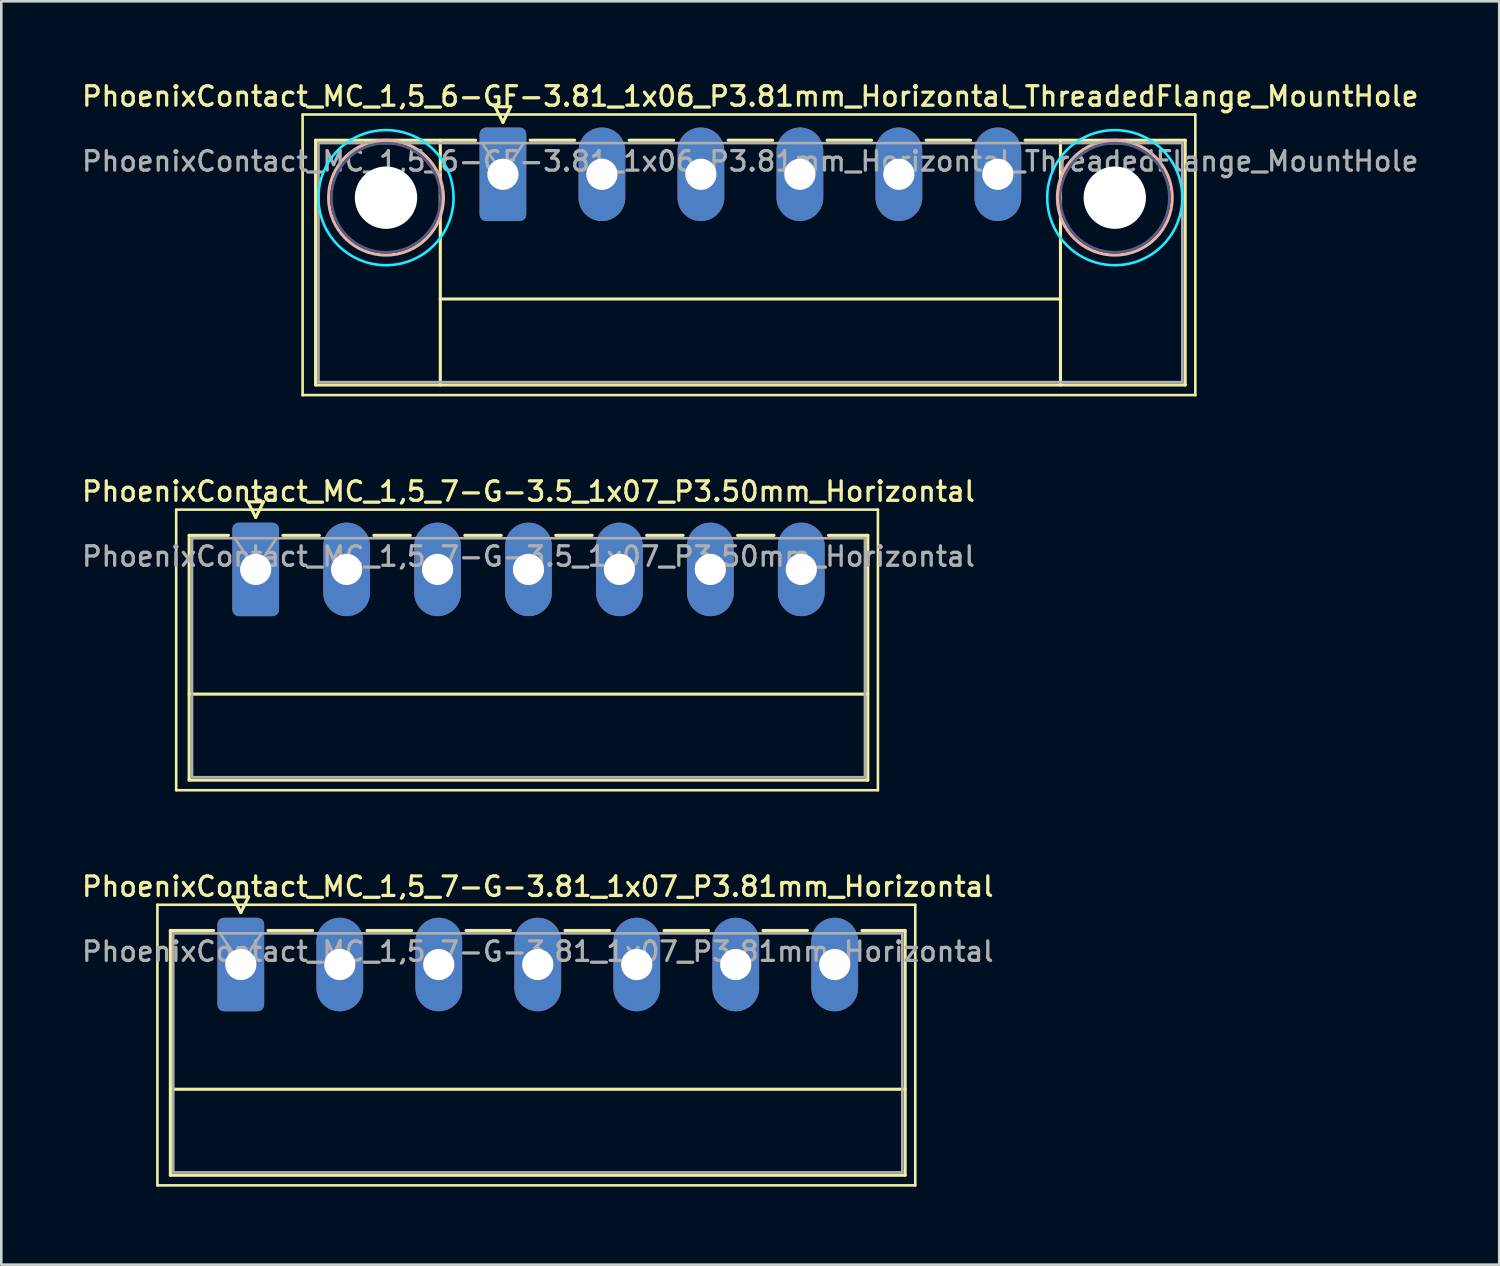
<source format=kicad_pcb>
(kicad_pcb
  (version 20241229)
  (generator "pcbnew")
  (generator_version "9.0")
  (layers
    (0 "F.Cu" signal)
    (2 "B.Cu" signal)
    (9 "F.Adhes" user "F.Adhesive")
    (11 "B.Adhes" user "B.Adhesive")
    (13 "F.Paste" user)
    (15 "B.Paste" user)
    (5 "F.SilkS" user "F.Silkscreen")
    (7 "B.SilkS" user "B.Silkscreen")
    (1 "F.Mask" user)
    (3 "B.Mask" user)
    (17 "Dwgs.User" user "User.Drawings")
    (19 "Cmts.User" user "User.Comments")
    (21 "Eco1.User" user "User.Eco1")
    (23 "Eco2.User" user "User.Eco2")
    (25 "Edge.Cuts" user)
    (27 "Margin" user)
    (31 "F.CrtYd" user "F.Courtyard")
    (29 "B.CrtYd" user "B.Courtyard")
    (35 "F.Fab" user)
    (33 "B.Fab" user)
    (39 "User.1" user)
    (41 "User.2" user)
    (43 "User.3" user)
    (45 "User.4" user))
  (footprint "PhoenixContact_MC_1,5_7-G-3.5_1x07_P3.50mm_Horizontal"
    (layer "F.Cu")
    (at 6.791 18.866)
    (property "Reference" "PhoenixContact_MC_1,5_7-G-3.5_1x07_P3.50mm_Horizontal" (at 10.5 -3 0) (layer "F.SilkS") (effects (font (size 0.75 0.75) (thickness 0.125))))
    (attr through_hole)
    (fp_line (start -3.06 -2.3) (end -3.06 8.5) (stroke (width 0.1) (type solid)) (layer "F.SilkS"))
    (fp_line (start -3.06 8.5) (end 23.95 8.5) (stroke (width 0.1) (type solid)) (layer "F.SilkS"))
    (fp_line (start -2.56 -1.31) (end -2.56 8.11) (stroke (width 0.12) (type solid)) (layer "F.SilkS"))
    (fp_line (start -2.56 -1.31) (end -1.05 -1.31) (stroke (width 0.12) (type solid)) (layer "F.SilkS"))
    (fp_line (start -2.56 4.8) (end 23.56 4.8) (stroke (width 0.12) (type solid)) (layer "F.SilkS"))
    (fp_line (start -2.56 8.11) (end 23.56 8.11) (stroke (width 0.12) (type solid)) (layer "F.SilkS"))
    (fp_line (start -0.3 -2.6) (end 0.3 -2.6) (stroke (width 0.12) (type solid)) (layer "F.SilkS"))
    (fp_line (start 0 -2) (end -0.3 -2.6) (stroke (width 0.12) (type solid)) (layer "F.SilkS"))
    (fp_line (start 0.3 -2.6) (end 0 -2) (stroke (width 0.12) (type solid)) (layer "F.SilkS"))
    (fp_line (start 1.05 -1.31) (end 2.45 -1.31) (stroke (width 0.12) (type solid)) (layer "F.SilkS"))
    (fp_line (start 4.55 -1.31) (end 5.95 -1.31) (stroke (width 0.12) (type solid)) (layer "F.SilkS"))
    (fp_line (start 8.05 -1.31) (end 9.45 -1.31) (stroke (width 0.12) (type solid)) (layer "F.SilkS"))
    (fp_line (start 11.55 -1.31) (end 12.95 -1.31) (stroke (width 0.12) (type solid)) (layer "F.SilkS"))
    (fp_line (start 15.05 -1.31) (end 16.45 -1.31) (stroke (width 0.12) (type solid)) (layer "F.SilkS"))
    (fp_line (start 18.55 -1.31) (end 19.95 -1.31) (stroke (width 0.12) (type solid)) (layer "F.SilkS"))
    (fp_line (start 23.56 -1.31) (end 22.05 -1.31) (stroke (width 0.12) (type solid)) (layer "F.SilkS"))
    (fp_line (start 23.56 8.11) (end 23.56 -1.31) (stroke (width 0.12) (type solid)) (layer "F.SilkS"))
    (fp_line (start 23.95 -2.3) (end -3.06 -2.3) (stroke (width 0.1) (type solid)) (layer "F.SilkS"))
    (fp_line (start 23.95 8.5) (end 23.95 -2.3) (stroke (width 0.1) (type solid)) (layer "F.SilkS"))
    (fp_line (start -2.45 -1.2) (end -2.45 8) (stroke (width 0.1) (type solid)) (layer "F.Fab"))
    (fp_line (start -2.45 8) (end 23.45 8) (stroke (width 0.1) (type solid)) (layer "F.Fab"))
    (fp_line (start 0 0) (end -0.8 -1.2) (stroke (width 0.1) (type solid)) (layer "F.Fab"))
    (fp_line (start 0.8 -1.2) (end 0 0) (stroke (width 0.1) (type solid)) (layer "F.Fab"))
    (fp_line (start 23.45 -1.2) (end -2.45 -1.2) (stroke (width 0.1) (type solid)) (layer "F.Fab"))
    (fp_line (start 23.45 8) (end 23.45 -1.2) (stroke (width 0.1) (type solid)) (layer "F.Fab"))
    (fp_text user "${REFERENCE}" (at 10.5 -0.5 0) (layer "F.Fab") (effects (font (size 0.75 0.75) (thickness 0.125))))
    (pad "1" thru_hole roundrect (at 0 0) (size 1.8 3.6) (drill 1.2) (layers "*.Cu" "*.Mask") (roundrect_rratio 0.139))
    (pad "2" thru_hole oval (at 3.5 0) (size 1.8 3.6) (drill 1.2) (layers "*.Cu" "*.Mask"))
    (pad "3" thru_hole oval (at 7 0) (size 1.8 3.6) (drill 1.2) (layers "*.Cu" "*.Mask"))
    (pad "4" thru_hole oval (at 10.5 0) (size 1.8 3.6) (drill 1.2) (layers "*.Cu" "*.Mask"))
    (pad "5" thru_hole oval (at 14 0) (size 1.8 3.6) (drill 1.2) (layers "*.Cu" "*.Mask"))
    (pad "6" thru_hole oval (at 17.5 0) (size 1.8 3.6) (drill 1.2) (layers "*.Cu" "*.Mask"))
    (pad "7" thru_hole oval (at 21 0) (size 1.8 3.6) (drill 1.2) (layers "*.Cu" "*.Mask")))
  (footprint "PhoenixContact_MC_1,5_7-G-3.81_1x07_P3.81mm_Horizontal"
    (layer "F.Cu")
    (at 6.218 34.074)
    (property "Reference" "PhoenixContact_MC_1,5_7-G-3.81_1x07_P3.81mm_Horizontal" (at 11.43 -3 0) (layer "F.SilkS") (effects (font (size 0.75 0.75) (thickness 0.125))))
    (attr through_hole)
    (fp_line (start -3.21 -2.3) (end -3.21 8.5) (stroke (width 0.1) (type solid)) (layer "F.SilkS"))
    (fp_line (start -3.21 8.5) (end 25.96 8.5) (stroke (width 0.1) (type solid)) (layer "F.SilkS"))
    (fp_line (start -2.71 -1.31) (end -2.71 8.11) (stroke (width 0.12) (type solid)) (layer "F.SilkS"))
    (fp_line (start -2.71 -1.31) (end -1.05 -1.31) (stroke (width 0.12) (type solid)) (layer "F.SilkS"))
    (fp_line (start -2.71 4.8) (end 25.57 4.8) (stroke (width 0.12) (type solid)) (layer "F.SilkS"))
    (fp_line (start -2.71 8.11) (end 25.57 8.11) (stroke (width 0.12) (type solid)) (layer "F.SilkS"))
    (fp_line (start -0.3 -2.6) (end 0.3 -2.6) (stroke (width 0.12) (type solid)) (layer "F.SilkS"))
    (fp_line (start 0 -2) (end -0.3 -2.6) (stroke (width 0.12) (type solid)) (layer "F.SilkS"))
    (fp_line (start 0.3 -2.6) (end 0 -2) (stroke (width 0.12) (type solid)) (layer "F.SilkS"))
    (fp_line (start 1.05 -1.31) (end 2.76 -1.31) (stroke (width 0.12) (type solid)) (layer "F.SilkS"))
    (fp_line (start 4.86 -1.31) (end 6.57 -1.31) (stroke (width 0.12) (type solid)) (layer "F.SilkS"))
    (fp_line (start 8.67 -1.31) (end 10.38 -1.31) (stroke (width 0.12) (type solid)) (layer "F.SilkS"))
    (fp_line (start 12.48 -1.31) (end 14.19 -1.31) (stroke (width 0.12) (type solid)) (layer "F.SilkS"))
    (fp_line (start 16.29 -1.31) (end 18 -1.31) (stroke (width 0.12) (type solid)) (layer "F.SilkS"))
    (fp_line (start 20.1 -1.31) (end 21.81 -1.31) (stroke (width 0.12) (type solid)) (layer "F.SilkS"))
    (fp_line (start 25.57 -1.31) (end 23.91 -1.31) (stroke (width 0.12) (type solid)) (layer "F.SilkS"))
    (fp_line (start 25.57 8.11) (end 25.57 -1.31) (stroke (width 0.12) (type solid)) (layer "F.SilkS"))
    (fp_line (start 25.96 -2.3) (end -3.21 -2.3) (stroke (width 0.1) (type solid)) (layer "F.SilkS"))
    (fp_line (start 25.96 8.5) (end 25.96 -2.3) (stroke (width 0.1) (type solid)) (layer "F.SilkS"))
    (fp_line (start -2.6 -1.2) (end -2.6 8) (stroke (width 0.1) (type solid)) (layer "F.Fab"))
    (fp_line (start -2.6 8) (end 25.46 8) (stroke (width 0.1) (type solid)) (layer "F.Fab"))
    (fp_line (start 0 0) (end -0.8 -1.2) (stroke (width 0.1) (type solid)) (layer "F.Fab"))
    (fp_line (start 0.8 -1.2) (end 0 0) (stroke (width 0.1) (type solid)) (layer "F.Fab"))
    (fp_line (start 25.46 -1.2) (end -2.6 -1.2) (stroke (width 0.1) (type solid)) (layer "F.Fab"))
    (fp_line (start 25.46 8) (end 25.46 -1.2) (stroke (width 0.1) (type solid)) (layer "F.Fab"))
    (fp_text user "${REFERENCE}" (at 11.43 -0.5 0) (layer "F.Fab") (effects (font (size 0.75 0.75) (thickness 0.125))))
    (pad "1" thru_hole roundrect (at 0 0) (size 1.8 3.6) (drill 1.2) (layers "*.Cu" "*.Mask") (roundrect_rratio 0.139))
    (pad "2" thru_hole oval (at 3.81 0) (size 1.8 3.6) (drill 1.2) (layers "*.Cu" "*.Mask"))
    (pad "3" thru_hole oval (at 7.62 0) (size 1.8 3.6) (drill 1.2) (layers "*.Cu" "*.Mask"))
    (pad "4" thru_hole oval (at 11.43 0) (size 1.8 3.6) (drill 1.2) (layers "*.Cu" "*.Mask"))
    (pad "5" thru_hole oval (at 15.24 0) (size 1.8 3.6) (drill 1.2) (layers "*.Cu" "*.Mask"))
    (pad "6" thru_hole oval (at 19.05 0) (size 1.8 3.6) (drill 1.2) (layers "*.Cu" "*.Mask"))
    (pad "7" thru_hole oval (at 22.86 0) (size 1.8 3.6) (drill 1.2) (layers "*.Cu" "*.Mask")))
  (footprint "PhoenixContact_MC_1,5_6-GF-3.81_1x06_P3.81mm_Horizontal_ThreadedFlange_MountHole"
    (layer "F.Cu")
    (at 16.307 3.658)
    (property "Reference" "PhoenixContact_MC_1,5_6-GF-3.81_1x06_P3.81mm_Horizontal_ThreadedFlange_MountHole" (at 9.52 -3 0) (layer "F.SilkS") (effects (font (size 0.75 0.75) (thickness 0.125))))
    (attr through_hole)
    (fp_line (start -7.71 -2.3) (end -7.71 8.5) (stroke (width 0.1) (type solid)) (layer "F.SilkS"))
    (fp_line (start -7.71 8.5) (end 26.65 8.5) (stroke (width 0.1) (type solid)) (layer "F.SilkS"))
    (fp_line (start -7.21 -1.31) (end -7.21 8.11) (stroke (width 0.12) (type solid)) (layer "F.SilkS"))
    (fp_line (start -7.21 -1.31) (end -1.05 -1.31) (stroke (width 0.12) (type solid)) (layer "F.SilkS"))
    (fp_line (start -7.21 8.11) (end 26.26 8.11) (stroke (width 0.12) (type solid)) (layer "F.SilkS"))
    (fp_line (start -2.41 -1.31) (end -2.41 8.11) (stroke (width 0.12) (type solid)) (layer "F.SilkS"))
    (fp_line (start -2.41 4.8) (end 21.46 4.8) (stroke (width 0.12) (type solid)) (layer "F.SilkS"))
    (fp_line (start -0.3 -2.6) (end 0.3 -2.6) (stroke (width 0.12) (type solid)) (layer "F.SilkS"))
    (fp_line (start 0 -2) (end -0.3 -2.6) (stroke (width 0.12) (type solid)) (layer "F.SilkS"))
    (fp_line (start 0.3 -2.6) (end 0 -2) (stroke (width 0.12) (type solid)) (layer "F.SilkS"))
    (fp_line (start 1.05 -1.31) (end 2.76 -1.31) (stroke (width 0.12) (type solid)) (layer "F.SilkS"))
    (fp_line (start 4.86 -1.31) (end 6.57 -1.31) (stroke (width 0.12) (type solid)) (layer "F.SilkS"))
    (fp_line (start 8.67 -1.31) (end 10.38 -1.31) (stroke (width 0.12) (type solid)) (layer "F.SilkS"))
    (fp_line (start 12.48 -1.31) (end 14.19 -1.31) (stroke (width 0.12) (type solid)) (layer "F.SilkS"))
    (fp_line (start 16.29 -1.31) (end 18 -1.31) (stroke (width 0.12) (type solid)) (layer "F.SilkS"))
    (fp_line (start 21.46 -1.31) (end 21.46 8.11) (stroke (width 0.12) (type solid)) (layer "F.SilkS"))
    (fp_line (start 26.26 -1.31) (end 20.1 -1.31) (stroke (width 0.12) (type solid)) (layer "F.SilkS"))
    (fp_line (start 26.26 8.11) (end 26.26 -1.31) (stroke (width 0.12) (type solid)) (layer "F.SilkS"))
    (fp_line (start 26.65 -2.3) (end -7.71 -2.3) (stroke (width 0.1) (type solid)) (layer "F.SilkS"))
    (fp_line (start 26.65 8.5) (end 26.65 -2.3) (stroke (width 0.1) (type solid)) (layer "F.SilkS"))
    (fp_circle (center -4.5 0.9) (end -2.29 0.9) (stroke (width 0.12) (type solid)) (fill no) (layer "B.SilkS"))
    (fp_circle (center 23.55 0.9) (end 25.76 0.9) (stroke (width 0.12) (type solid)) (fill no) (layer "B.SilkS"))
    (fp_circle (center -4.5 0.9) (end -1.9 0.9) (stroke (width 0.1) (type solid)) (fill no) (layer "B.CrtYd"))
    (fp_circle (center 23.55 0.9) (end 26.15 0.9) (stroke (width 0.1) (type solid)) (fill no) (layer "B.CrtYd"))
    (fp_circle (center -4.5 0.9) (end -2.4 0.9) (stroke (width 0.1) (type solid)) (fill no) (layer "B.Fab"))
    (fp_circle (center 23.55 0.9) (end 25.65 0.9) (stroke (width 0.1) (type solid)) (fill no) (layer "B.Fab"))
    (fp_line (start -7.1 -1.2) (end -7.1 8) (stroke (width 0.1) (type solid)) (layer "F.Fab"))
    (fp_line (start -7.1 8) (end 26.15 8) (stroke (width 0.1) (type solid)) (layer "F.Fab"))
    (fp_line (start 0 0) (end -0.8 -1.2) (stroke (width 0.1) (type solid)) (layer "F.Fab"))
    (fp_line (start 0.8 -1.2) (end 0 0) (stroke (width 0.1) (type solid)) (layer "F.Fab"))
    (fp_line (start 26.15 -1.2) (end -7.1 -1.2) (stroke (width 0.1) (type solid)) (layer "F.Fab"))
    (fp_line (start 26.15 8) (end 26.15 -1.2) (stroke (width 0.1) (type solid)) (layer "F.Fab"))
    (fp_text user "${REFERENCE}" (at 9.52 -0.5 0) (layer "F.Fab") (effects (font (size 0.75 0.75) (thickness 0.125))))
    (pad "" np_thru_hole circle (at -4.5 0.9) (size 2.4 2.4) (drill 2.4) (layers "*.Cu" "*.Mask"))
    (pad "" np_thru_hole circle (at 23.55 0.9) (size 2.4 2.4) (drill 2.4) (layers "*.Cu" "*.Mask"))
    (pad "1" thru_hole roundrect (at 0 0) (size 1.8 3.6) (drill 1.2) (layers "*.Cu" "*.Mask") (roundrect_rratio 0.139))
    (pad "2" thru_hole oval (at 3.81 0) (size 1.8 3.6) (drill 1.2) (layers "*.Cu" "*.Mask"))
    (pad "3" thru_hole oval (at 7.62 0) (size 1.8 3.6) (drill 1.2) (layers "*.Cu" "*.Mask"))
    (pad "4" thru_hole oval (at 11.43 0) (size 1.8 3.6) (drill 1.2) (layers "*.Cu" "*.Mask"))
    (pad "5" thru_hole oval (at 15.24 0) (size 1.8 3.6) (drill 1.2) (layers "*.Cu" "*.Mask"))
    (pad "6" thru_hole oval (at 19.05 0) (size 1.8 3.6) (drill 1.2) (layers "*.Cu" "*.Mask")))
  (gr_rect
    (start -3 -3)
    (end 54.654 45.624)
    (stroke (width 0.1) (type default))
    (fill no)
    (layer "Edge.Cuts")))
</source>
